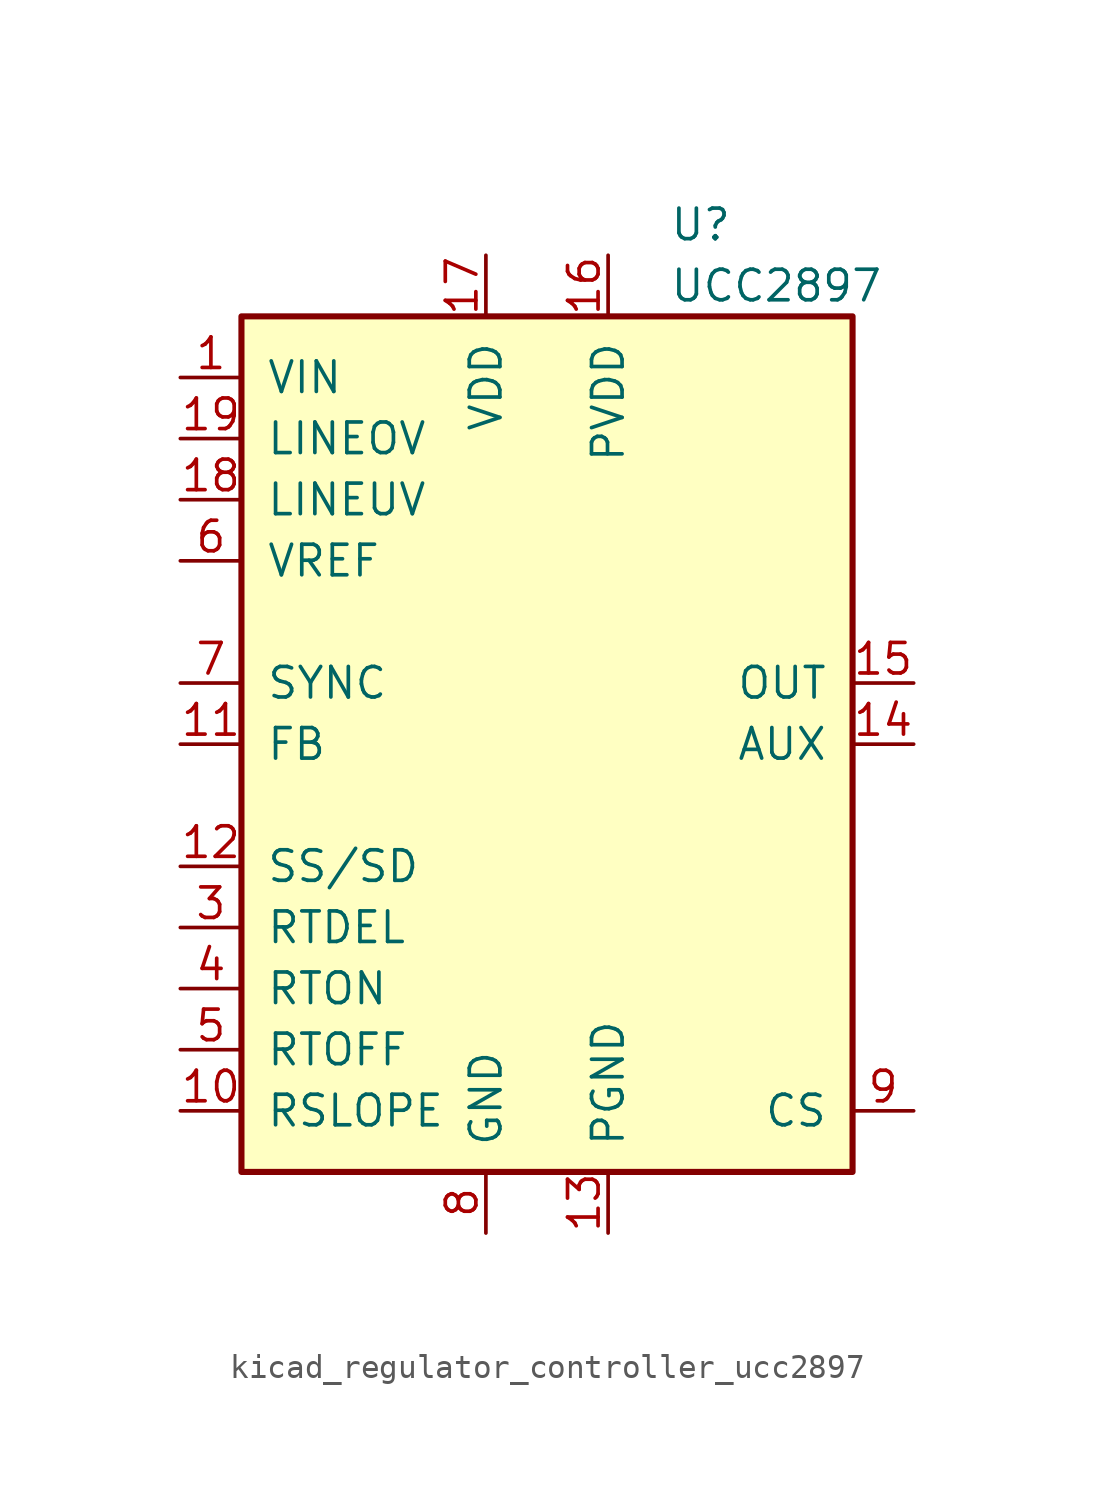
<source format=kicad_sym>
(kicad_symbol_lib
  (version 20220914)
  (generator kicad_symbol_editor)
  (symbol "kicad_regulator_controller_ucc2897"
    (pin_names
      (offset 1.016))
    (property "Reference" "U"
      (at 5.08 21.59 0)
      (effects (font (size 1.27 1.27)) (justify left)))
    (property "Value" "UCC2897"
      (at 5.08 19.05 0)
      (effects (font (size 1.27 1.27)) (justify left)))
    (symbol "kicad_regulator_controller_ucc2897_0_1"
      (rectangle (start -12.7 -17.78) (end 12.7 17.78) (stroke (width 0.254) (type default)) (fill (type background))))
    (symbol "kicad_regulator_controller_ucc2897_1_1"
      (pin input line (at -15.24 15.24 0) (length 2.54) (name "VIN" (effects (font (size 1.27 1.27)))) (number "1" (effects (font (size 1.27 1.27)))))
      (pin passive line (at -15.24 -15.24 0) (length 2.54) (name "RSLOPE" (effects (font (size 1.27 1.27)))) (number "10" (effects (font (size 1.27 1.27)))))
      (pin input line (at -15.24 0 0) (length 2.54) (name "FB" (effects (font (size 1.27 1.27)))) (number "11" (effects (font (size 1.27 1.27)))))
      (pin passive line (at -15.24 -5.08 0) (length 2.54) (name "SS/SD" (effects (font (size 1.27 1.27)))) (number "12" (effects (font (size 1.27 1.27)))))
      (pin power_in line (at 2.54 -20.32 90) (length 2.54) (name "PGND" (effects (font (size 1.27 1.27)))) (number "13" (effects (font (size 1.27 1.27)))))
      (pin output line (at 15.24 0 180) (length 2.54) (name "AUX" (effects (font (size 1.27 1.27)))) (number "14" (effects (font (size 1.27 1.27)))))
      (pin output line (at 15.24 2.54 180) (length 2.54) (name "OUT" (effects (font (size 1.27 1.27)))) (number "15" (effects (font (size 1.27 1.27)))))
      (pin power_in line (at 2.54 20.32 270) (length 2.54) (name "PVDD" (effects (font (size 1.27 1.27)))) (number "16" (effects (font (size 1.27 1.27)))))
      (pin power_in line (at -2.54 20.32 270) (length 2.54) (name "VDD" (effects (font (size 1.27 1.27)))) (number "17" (effects (font (size 1.27 1.27)))))
      (pin passive line (at -15.24 10.16 0) (length 2.54) (name "LINEUV" (effects (font (size 1.27 1.27)))) (number "18" (effects (font (size 1.27 1.27)))))
      (pin passive line (at -15.24 12.7 0) (length 2.54) (name "LINEOV" (effects (font (size 1.27 1.27)))) (number "19" (effects (font (size 1.27 1.27)))))
      (pin no_connect line (at 12.7 15.24 180) (length 2.54) hide (name "NC" (effects (font (size 1.27 1.27)))) (number "2" (effects (font (size 1.27 1.27)))))
      (pin no_connect line (at 12.7 12.7 180) (length 2.54) hide (name "NC" (effects (font (size 1.27 1.27)))) (number "20" (effects (font (size 1.27 1.27)))))
      (pin passive line (at -15.24 -7.62 0) (length 2.54) (name "RTDEL" (effects (font (size 1.27 1.27)))) (number "3" (effects (font (size 1.27 1.27)))))
      (pin passive line (at -15.24 -10.16 0) (length 2.54) (name "RTON" (effects (font (size 1.27 1.27)))) (number "4" (effects (font (size 1.27 1.27)))))
      (pin passive line (at -15.24 -12.7 0) (length 2.54) (name "RTOFF" (effects (font (size 1.27 1.27)))) (number "5" (effects (font (size 1.27 1.27)))))
      (pin output line (at -15.24 7.62 0) (length 2.54) (name "VREF" (effects (font (size 1.27 1.27)))) (number "6" (effects (font (size 1.27 1.27)))))
      (pin input line (at -15.24 2.54 0) (length 2.54) (name "SYNC" (effects (font (size 1.27 1.27)))) (number "7" (effects (font (size 1.27 1.27)))))
      (pin power_in line (at -2.54 -20.32 90) (length 2.54) (name "GND" (effects (font (size 1.27 1.27)))) (number "8" (effects (font (size 1.27 1.27)))))
      (pin input line (at 15.24 -15.24 180) (length 2.54) (name "CS" (effects (font (size 1.27 1.27)))) (number "9" (effects (font (size 1.27 1.27))))))))
</source>
